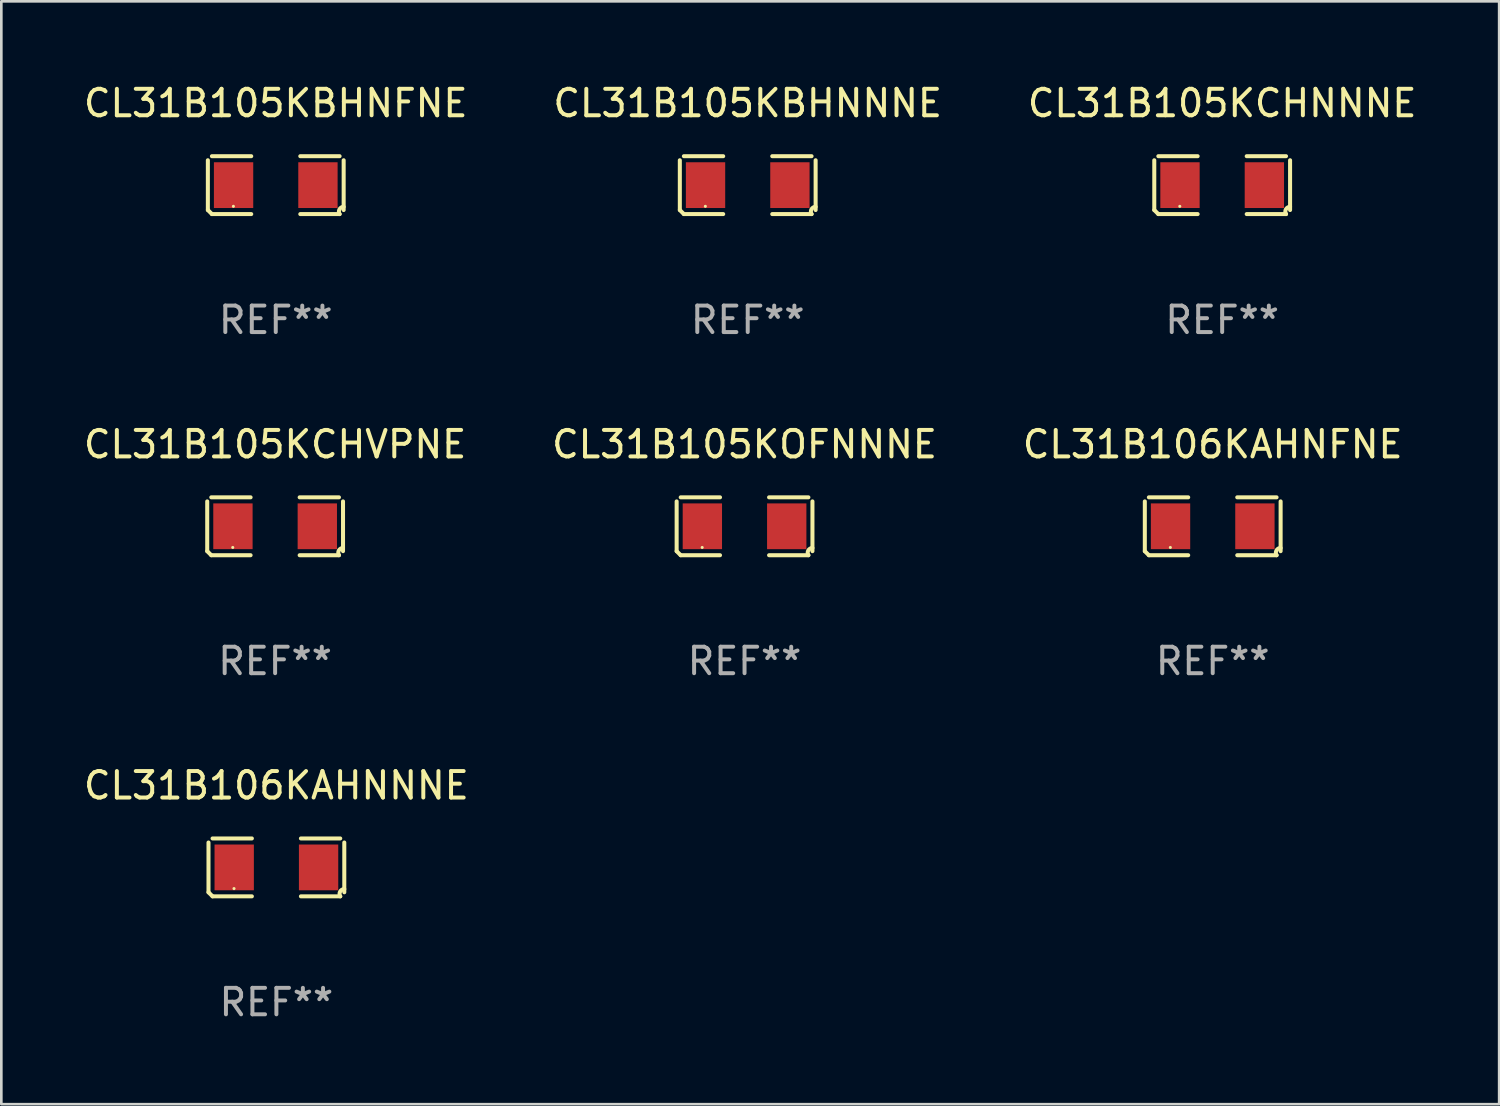
<source format=kicad_pcb>
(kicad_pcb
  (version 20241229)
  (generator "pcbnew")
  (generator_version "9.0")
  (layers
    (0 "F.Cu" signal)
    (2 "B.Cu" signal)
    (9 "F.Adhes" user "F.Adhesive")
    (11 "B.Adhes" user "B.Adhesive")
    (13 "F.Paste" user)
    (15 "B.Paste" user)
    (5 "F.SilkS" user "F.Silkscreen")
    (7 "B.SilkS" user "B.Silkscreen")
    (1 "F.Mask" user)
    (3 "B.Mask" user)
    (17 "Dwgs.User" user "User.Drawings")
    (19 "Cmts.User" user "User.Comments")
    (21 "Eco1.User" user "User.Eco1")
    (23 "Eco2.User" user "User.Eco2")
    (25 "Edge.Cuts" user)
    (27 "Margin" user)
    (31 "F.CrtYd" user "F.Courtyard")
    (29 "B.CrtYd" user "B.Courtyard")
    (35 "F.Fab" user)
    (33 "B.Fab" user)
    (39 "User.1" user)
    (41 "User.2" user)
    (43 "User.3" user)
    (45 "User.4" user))
  (footprint "CL31B105KBHNNNE"
    (layer "F.Cu")
    (at 25.185 3.941)
    (property "Reference" "CL31B105KBHNNNE" (at 0 -3.093 0) (layer "F.SilkS") (effects (font (size 1 1) (thickness 0.15))))
    (attr through_hole)
    (fp_line (start -2.564 0.94) (end -2.564 -0.94) (stroke (width 0.152) (type solid)) (layer "F.SilkS"))
    (fp_line (start -2.411 -1.093) (end -0.926 -1.093) (stroke (width 0.152) (type solid)) (layer "F.SilkS"))
    (fp_line (start -0.926 1.093) (end -2.411 1.093) (stroke (width 0.152) (type solid)) (layer "F.SilkS"))
    (fp_line (start 0.926 1.093) (end 2.411 1.093) (stroke (width 0.152) (type solid)) (layer "F.SilkS"))
    (fp_line (start 2.411 -1.093) (end 0.926 -1.093) (stroke (width 0.152) (type solid)) (layer "F.SilkS"))
    (fp_line (start 2.564 0.94) (end 2.564 -0.94) (stroke (width 0.152) (type solid)) (layer "F.SilkS"))
    (fp_arc (start -2.411201 1.092609) (mid -2.487413 1.01642) (end -2.563602 0.940208) (stroke (width 0.1524) (type solid)) (layer "F.SilkS"))
    (fp_arc (start 2.411201 1.092609) (mid 2.407159 0.911226) (end 2.563602 0.819347) (stroke (width 0.1524) (type solid)) (layer "F.SilkS"))
    (fp_circle (center -1.6 0.8) (end -1.57 0.8) (stroke (width 0.06) (type solid)) (fill no) (layer "F.SilkS"))
    (fp_text user "REF**" (at 0 5.093 0) (layer "F.Fab") (effects (font (size 1 1) (thickness 0.15))))
    (pad "1" smd rect (at -1.593 0) (size 1.485 1.728) (layers "F.Cu" "F.Mask" "F.Paste"))
    (pad "2" smd rect (at 1.593 0) (size 1.485 1.728) (layers "F.Cu" "F.Mask" "F.Paste")))
  (footprint "CL31B105KCHVPNE"
    (layer "F.Cu")
    (at 7.339 16.823)
    (property "Reference" "CL31B105KCHVPNE" (at 0 -3.093 0) (layer "F.SilkS") (effects (font (size 1 1) (thickness 0.15))))
    (attr through_hole)
    (fp_line (start -2.564 0.94) (end -2.564 -0.94) (stroke (width 0.152) (type solid)) (layer "F.SilkS"))
    (fp_line (start -2.411 -1.093) (end -0.926 -1.093) (stroke (width 0.152) (type solid)) (layer "F.SilkS"))
    (fp_line (start -0.926 1.093) (end -2.411 1.093) (stroke (width 0.152) (type solid)) (layer "F.SilkS"))
    (fp_line (start 0.926 1.093) (end 2.411 1.093) (stroke (width 0.152) (type solid)) (layer "F.SilkS"))
    (fp_line (start 2.411 -1.093) (end 0.926 -1.093) (stroke (width 0.152) (type solid)) (layer "F.SilkS"))
    (fp_line (start 2.564 0.94) (end 2.564 -0.94) (stroke (width 0.152) (type solid)) (layer "F.SilkS"))
    (fp_arc (start -2.411201 1.092609) (mid -2.487413 1.01642) (end -2.563602 0.940208) (stroke (width 0.1524) (type solid)) (layer "F.SilkS"))
    (fp_arc (start 2.411201 1.092609) (mid 2.407159 0.911226) (end 2.563602 0.819347) (stroke (width 0.1524) (type solid)) (layer "F.SilkS"))
    (fp_circle (center -1.6 0.8) (end -1.57 0.8) (stroke (width 0.06) (type solid)) (fill no) (layer "F.SilkS"))
    (fp_text user "REF**" (at 0 5.093 0) (layer "F.Fab") (effects (font (size 1 1) (thickness 0.15))))
    (pad "1" smd rect (at -1.593 0) (size 1.485 1.728) (layers "F.Cu" "F.Mask" "F.Paste"))
    (pad "2" smd rect (at 1.593 0) (size 1.485 1.728) (layers "F.Cu" "F.Mask" "F.Paste")))
  (footprint "CL31B105KBHNFNE"
    (layer "F.Cu")
    (at 7.363 3.941)
    (property "Reference" "CL31B105KBHNFNE" (at 0 -3.093 0) (layer "F.SilkS") (effects (font (size 1 1) (thickness 0.15))))
    (attr through_hole)
    (fp_line (start -2.564 0.94) (end -2.564 -0.94) (stroke (width 0.152) (type solid)) (layer "F.SilkS"))
    (fp_line (start -2.411 -1.093) (end -0.926 -1.093) (stroke (width 0.152) (type solid)) (layer "F.SilkS"))
    (fp_line (start -0.926 1.093) (end -2.411 1.093) (stroke (width 0.152) (type solid)) (layer "F.SilkS"))
    (fp_line (start 0.926 1.093) (end 2.411 1.093) (stroke (width 0.152) (type solid)) (layer "F.SilkS"))
    (fp_line (start 2.411 -1.093) (end 0.926 -1.093) (stroke (width 0.152) (type solid)) (layer "F.SilkS"))
    (fp_line (start 2.564 0.94) (end 2.564 -0.94) (stroke (width 0.152) (type solid)) (layer "F.SilkS"))
    (fp_arc (start -2.411201 1.092609) (mid -2.487413 1.01642) (end -2.563602 0.940208) (stroke (width 0.1524) (type solid)) (layer "F.SilkS"))
    (fp_arc (start 2.411201 1.092609) (mid 2.407159 0.911226) (end 2.563602 0.819347) (stroke (width 0.1524) (type solid)) (layer "F.SilkS"))
    (fp_circle (center -1.6 0.8) (end -1.57 0.8) (stroke (width 0.06) (type solid)) (fill no) (layer "F.SilkS"))
    (fp_text user "REF**" (at 0 5.093 0) (layer "F.Fab") (effects (font (size 1 1) (thickness 0.15))))
    (pad "1" smd rect (at -1.593 0) (size 1.485 1.728) (layers "F.Cu" "F.Mask" "F.Paste"))
    (pad "2" smd rect (at 1.593 0) (size 1.485 1.728) (layers "F.Cu" "F.Mask" "F.Paste")))
  (footprint "CL31B105KOFNNNE"
    (layer "F.Cu")
    (at 25.065 16.823)
    (property "Reference" "CL31B105KOFNNNE" (at 0 -3.093 0) (layer "F.SilkS") (effects (font (size 1 1) (thickness 0.15))))
    (attr through_hole)
    (fp_line (start -2.564 0.94) (end -2.564 -0.94) (stroke (width 0.152) (type solid)) (layer "F.SilkS"))
    (fp_line (start -2.411 -1.093) (end -0.926 -1.093) (stroke (width 0.152) (type solid)) (layer "F.SilkS"))
    (fp_line (start -0.926 1.093) (end -2.411 1.093) (stroke (width 0.152) (type solid)) (layer "F.SilkS"))
    (fp_line (start 0.926 1.093) (end 2.411 1.093) (stroke (width 0.152) (type solid)) (layer "F.SilkS"))
    (fp_line (start 2.411 -1.093) (end 0.926 -1.093) (stroke (width 0.152) (type solid)) (layer "F.SilkS"))
    (fp_line (start 2.564 0.94) (end 2.564 -0.94) (stroke (width 0.152) (type solid)) (layer "F.SilkS"))
    (fp_arc (start -2.411201 1.092609) (mid -2.487413 1.01642) (end -2.563602 0.940208) (stroke (width 0.1524) (type solid)) (layer "F.SilkS"))
    (fp_arc (start 2.411201 1.092609) (mid 2.407159 0.911226) (end 2.563602 0.819347) (stroke (width 0.1524) (type solid)) (layer "F.SilkS"))
    (fp_circle (center -1.6 0.8) (end -1.57 0.8) (stroke (width 0.06) (type solid)) (fill no) (layer "F.SilkS"))
    (fp_text user "REF**" (at 0 5.093 0) (layer "F.Fab") (effects (font (size 1 1) (thickness 0.15))))
    (pad "1" smd rect (at -1.593 0) (size 1.485 1.728) (layers "F.Cu" "F.Mask" "F.Paste"))
    (pad "2" smd rect (at 1.593 0) (size 1.485 1.728) (layers "F.Cu" "F.Mask" "F.Paste")))
  (footprint "CL31B105KCHNNNE"
    (layer "F.Cu")
    (at 43.101 3.941)
    (property "Reference" "CL31B105KCHNNNE" (at 0 -3.093 0) (layer "F.SilkS") (effects (font (size 1 1) (thickness 0.15))))
    (attr through_hole)
    (fp_line (start -2.564 0.94) (end -2.564 -0.94) (stroke (width 0.152) (type solid)) (layer "F.SilkS"))
    (fp_line (start -2.411 -1.093) (end -0.926 -1.093) (stroke (width 0.152) (type solid)) (layer "F.SilkS"))
    (fp_line (start -0.926 1.093) (end -2.411 1.093) (stroke (width 0.152) (type solid)) (layer "F.SilkS"))
    (fp_line (start 0.926 1.093) (end 2.411 1.093) (stroke (width 0.152) (type solid)) (layer "F.SilkS"))
    (fp_line (start 2.411 -1.093) (end 0.926 -1.093) (stroke (width 0.152) (type solid)) (layer "F.SilkS"))
    (fp_line (start 2.564 0.94) (end 2.564 -0.94) (stroke (width 0.152) (type solid)) (layer "F.SilkS"))
    (fp_arc (start -2.411201 1.092609) (mid -2.487413 1.01642) (end -2.563602 0.940208) (stroke (width 0.1524) (type solid)) (layer "F.SilkS"))
    (fp_arc (start 2.411201 1.092609) (mid 2.407159 0.911226) (end 2.563602 0.819347) (stroke (width 0.1524) (type solid)) (layer "F.SilkS"))
    (fp_circle (center -1.6 0.8) (end -1.57 0.8) (stroke (width 0.06) (type solid)) (fill no) (layer "F.SilkS"))
    (fp_text user "REF**" (at 0 5.093 0) (layer "F.Fab") (effects (font (size 1 1) (thickness 0.15))))
    (pad "1" smd rect (at -1.593 0) (size 1.485 1.728) (layers "F.Cu" "F.Mask" "F.Paste"))
    (pad "2" smd rect (at 1.593 0) (size 1.485 1.728) (layers "F.Cu" "F.Mask" "F.Paste")))
  (footprint "CL31B106KAHNNNE"
    (layer "F.Cu")
    (at 7.387 29.704)
    (property "Reference" "CL31B106KAHNNNE" (at 0 -3.093 0) (layer "F.SilkS") (effects (font (size 1 1) (thickness 0.15))))
    (attr through_hole)
    (fp_line (start -2.564 0.94) (end -2.564 -0.94) (stroke (width 0.152) (type solid)) (layer "F.SilkS"))
    (fp_line (start -2.411 -1.093) (end -0.926 -1.093) (stroke (width 0.152) (type solid)) (layer "F.SilkS"))
    (fp_line (start -0.926 1.093) (end -2.411 1.093) (stroke (width 0.152) (type solid)) (layer "F.SilkS"))
    (fp_line (start 0.926 1.093) (end 2.411 1.093) (stroke (width 0.152) (type solid)) (layer "F.SilkS"))
    (fp_line (start 2.411 -1.093) (end 0.926 -1.093) (stroke (width 0.152) (type solid)) (layer "F.SilkS"))
    (fp_line (start 2.564 0.94) (end 2.564 -0.94) (stroke (width 0.152) (type solid)) (layer "F.SilkS"))
    (fp_arc (start -2.411201 1.092609) (mid -2.487413 1.01642) (end -2.563602 0.940208) (stroke (width 0.1524) (type solid)) (layer "F.SilkS"))
    (fp_arc (start 2.411201 1.092609) (mid 2.407159 0.911226) (end 2.563602 0.819347) (stroke (width 0.1524) (type solid)) (layer "F.SilkS"))
    (fp_circle (center -1.6 0.8) (end -1.57 0.8) (stroke (width 0.06) (type solid)) (fill no) (layer "F.SilkS"))
    (fp_text user "REF**" (at 0 5.093 0) (layer "F.Fab") (effects (font (size 1 1) (thickness 0.15))))
    (pad "1" smd rect (at -1.593 0) (size 1.485 1.728) (layers "F.Cu" "F.Mask" "F.Paste"))
    (pad "2" smd rect (at 1.593 0) (size 1.485 1.728) (layers "F.Cu" "F.Mask" "F.Paste")))
  (footprint "CL31B106KAHNFNE"
    (layer "F.Cu")
    (at 42.744 16.823)
    (property "Reference" "CL31B106KAHNFNE" (at 0 -3.093 0) (layer "F.SilkS") (effects (font (size 1 1) (thickness 0.15))))
    (attr through_hole)
    (fp_line (start -2.564 0.94) (end -2.564 -0.94) (stroke (width 0.152) (type solid)) (layer "F.SilkS"))
    (fp_line (start -2.411 -1.093) (end -0.926 -1.093) (stroke (width 0.152) (type solid)) (layer "F.SilkS"))
    (fp_line (start -0.926 1.093) (end -2.411 1.093) (stroke (width 0.152) (type solid)) (layer "F.SilkS"))
    (fp_line (start 0.926 1.093) (end 2.411 1.093) (stroke (width 0.152) (type solid)) (layer "F.SilkS"))
    (fp_line (start 2.411 -1.093) (end 0.926 -1.093) (stroke (width 0.152) (type solid)) (layer "F.SilkS"))
    (fp_line (start 2.564 0.94) (end 2.564 -0.94) (stroke (width 0.152) (type solid)) (layer "F.SilkS"))
    (fp_arc (start -2.411201 1.092609) (mid -2.487413 1.01642) (end -2.563602 0.940208) (stroke (width 0.1524) (type solid)) (layer "F.SilkS"))
    (fp_arc (start 2.411201 1.092609) (mid 2.407159 0.911226) (end 2.563602 0.819347) (stroke (width 0.1524) (type solid)) (layer "F.SilkS"))
    (fp_circle (center -1.6 0.8) (end -1.57 0.8) (stroke (width 0.06) (type solid)) (fill no) (layer "F.SilkS"))
    (fp_text user "REF**" (at 0 5.093 0) (layer "F.Fab") (effects (font (size 1 1) (thickness 0.15))))
    (pad "1" smd rect (at -1.593 0) (size 1.485 1.728) (layers "F.Cu" "F.Mask" "F.Paste"))
    (pad "2" smd rect (at 1.593 0) (size 1.485 1.728) (layers "F.Cu" "F.Mask" "F.Paste")))
  (gr_rect
    (start -3 -3)
    (end 53.56 38.645)
    (stroke (width 0.1) (type default))
    (fill no)
    (layer "Edge.Cuts")))
</source>
